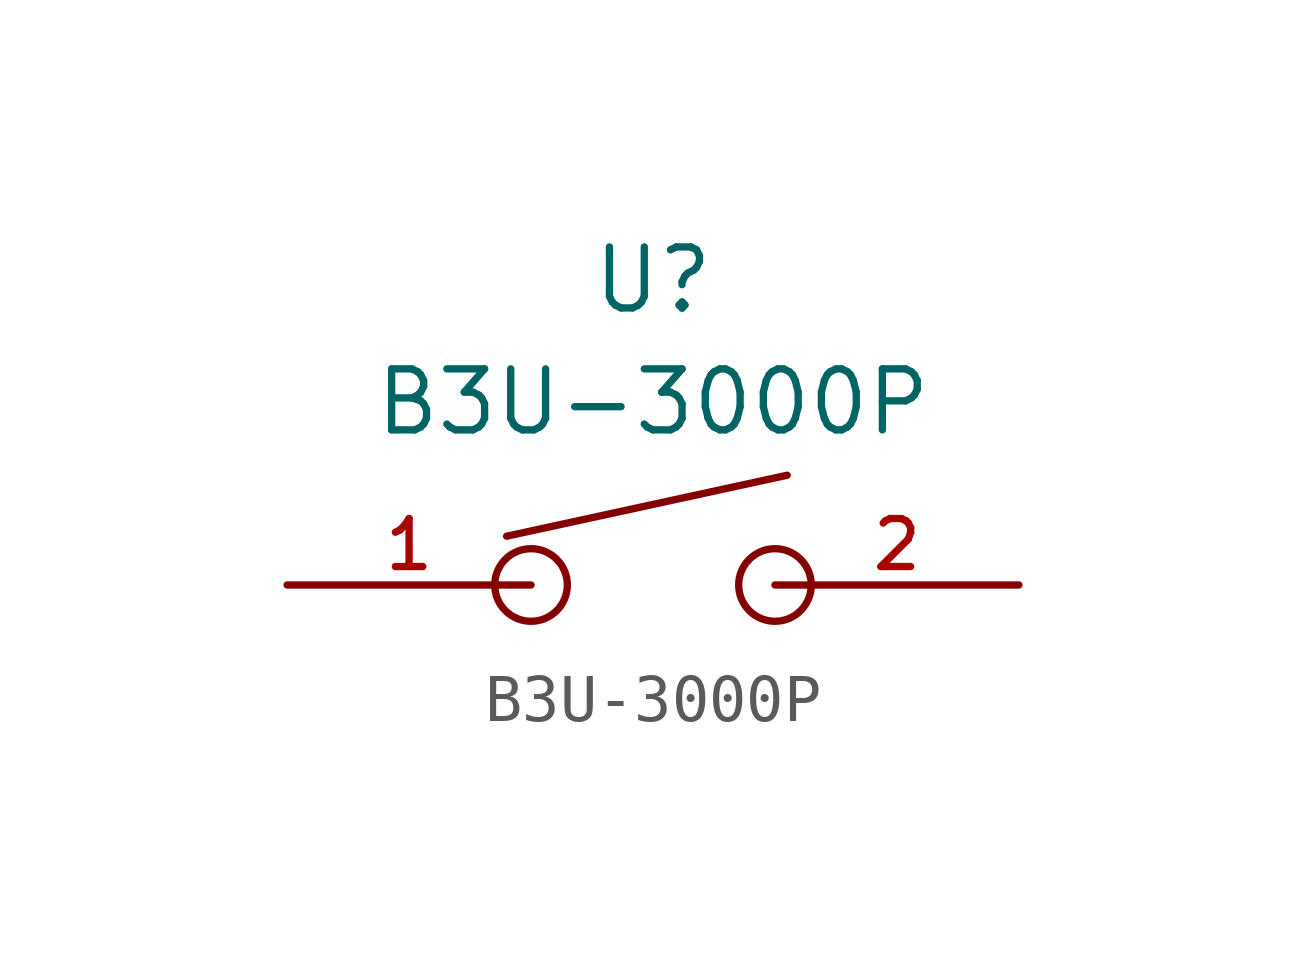
<source format=kicad_sym>
(kicad_symbol_lib
  (version 20220914)
  (generator kicad_symbol_editor)
  (symbol "B3U-3000P"
    (pin_names hide)
    (property "Reference" "U"
      (at 0 6.35 0)
      (effects (font (size 1.27 1.27))))
    (property "Value" "B3U-3000P"
      (at 0 3.81 0)
      (effects (font (size 1.27 1.27))))
    (symbol "B3U-3000P_0_1"
      (circle (center -2.54 0) (radius 0.756) (stroke (width 0) (type default)) (fill (type none)))
      (polyline (pts (xy -3.048 1.016) (xy 2.794 2.286)) (stroke (width 0) (type default)) (fill (type none)))
      (circle (center 2.54 0) (radius 0.756) (stroke (width 0) (type default)) (fill (type none)))
      (pin input line (at -7.62 0 0) (length 5.08) (name "1" (effects (font (size 1 1)))) (number "1" (effects (font (size 1 1)))))
      (pin input line (at 7.62 0 180) (length 5.08) (name "2" (effects (font (size 1 1)))) (number "2" (effects (font (size 1 1))))))))
</source>
